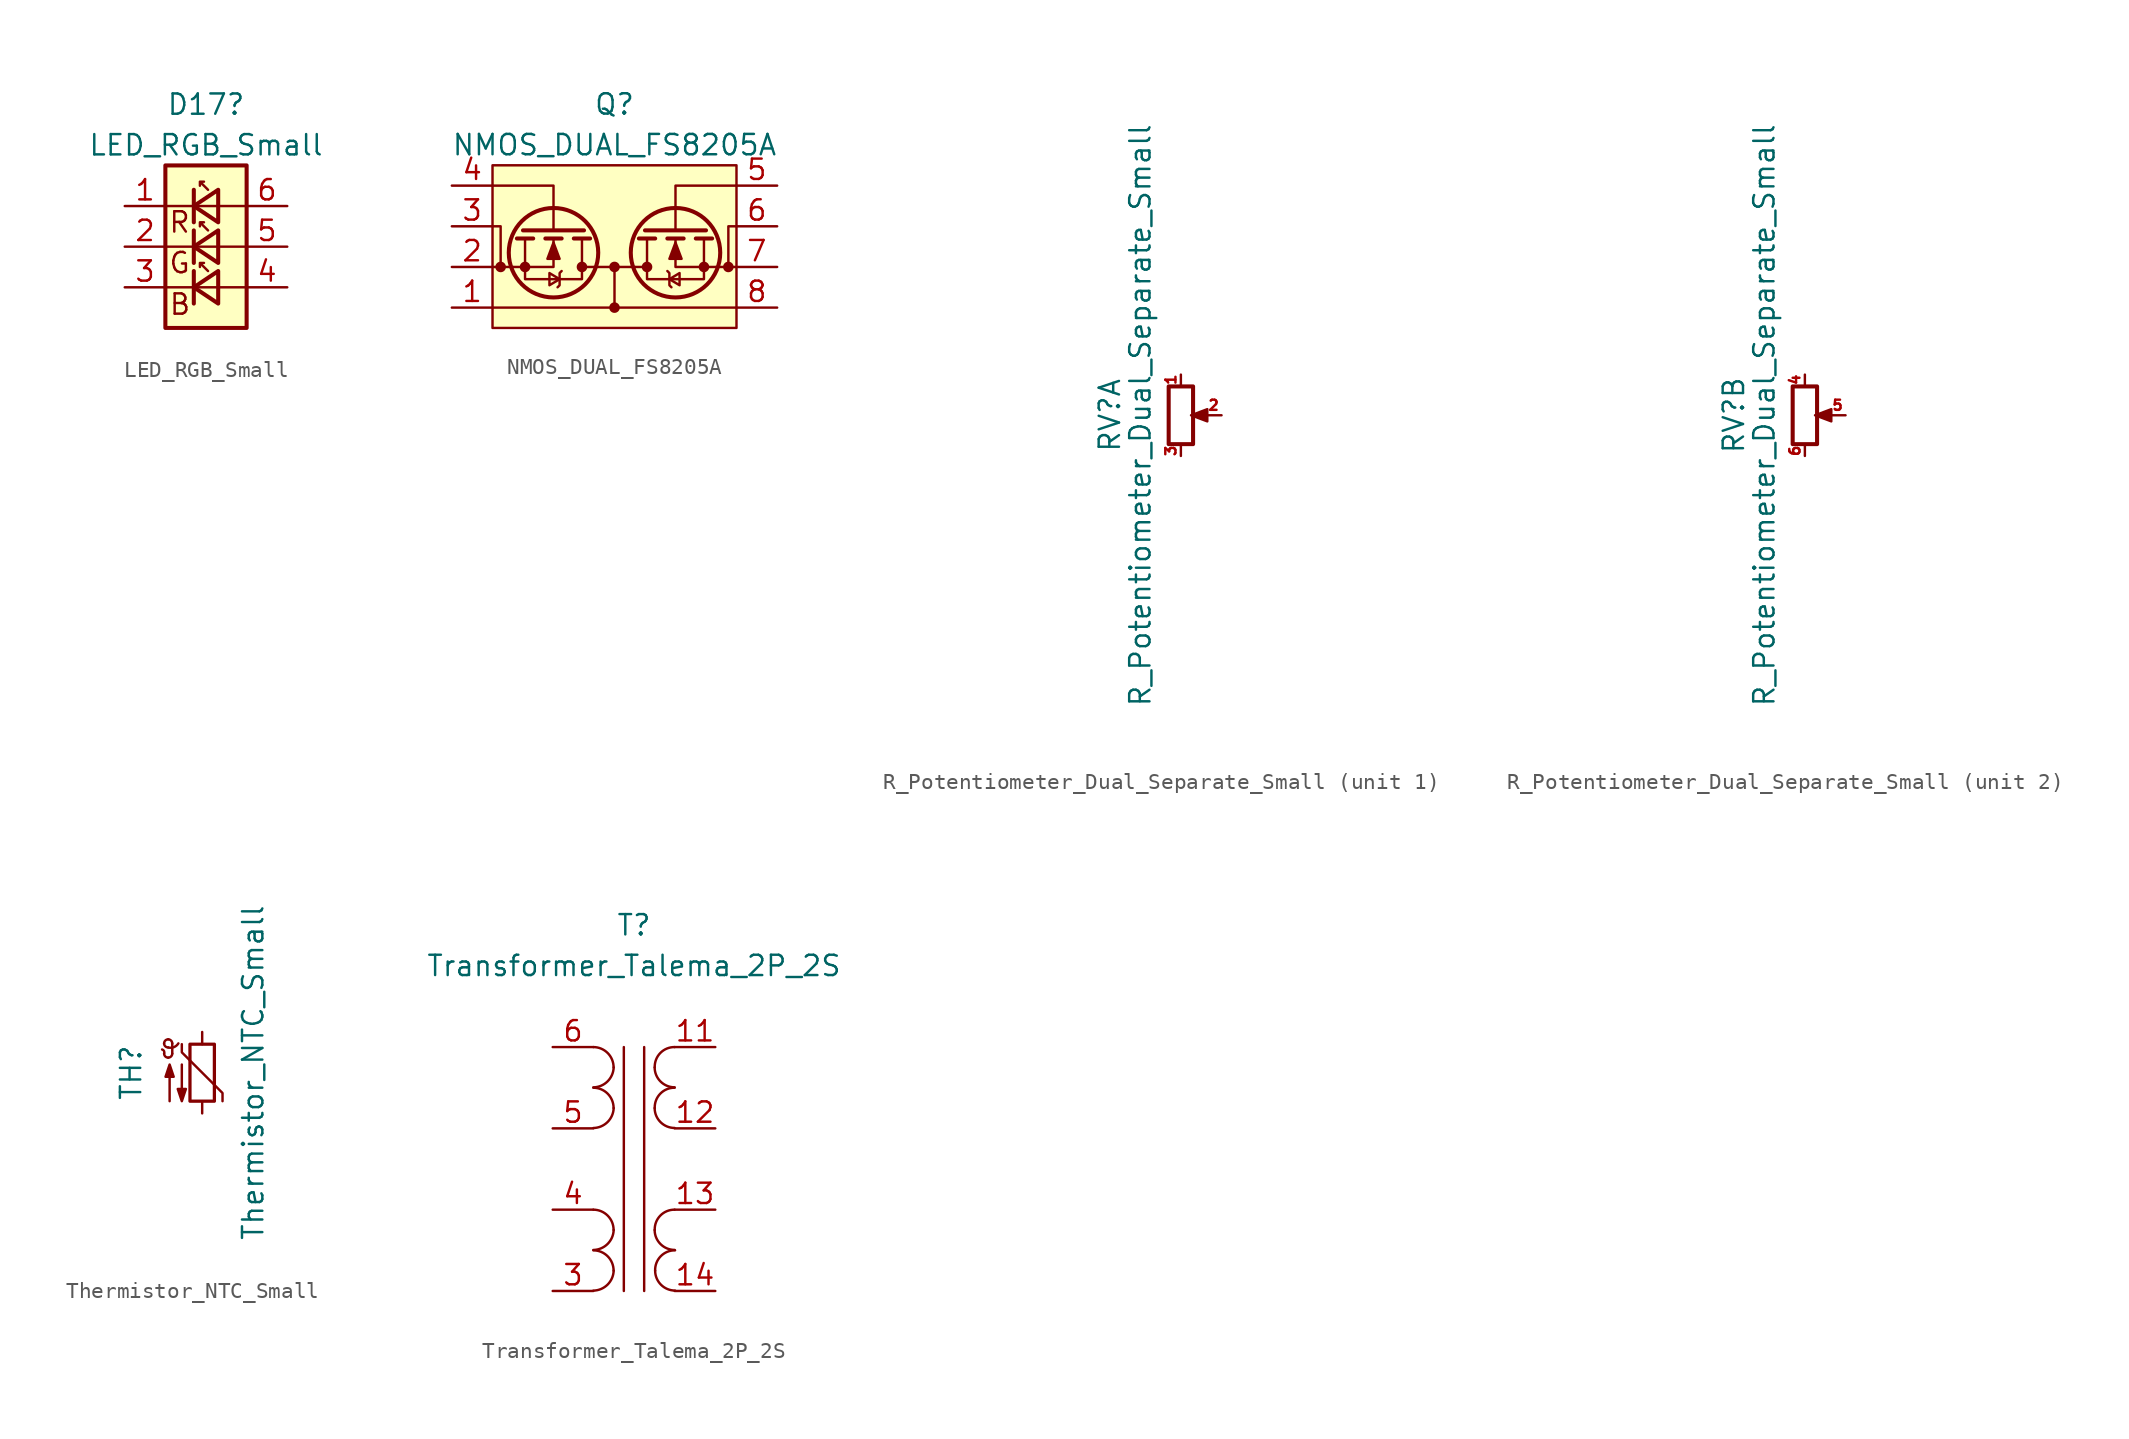
<source format=kicad_sym>
(kicad_symbol_lib
  (version 20220914)
  (generator kicad_symbol_editor)
  (symbol "LED_RGB_Small"
    (pin_names
      (offset 0) hide)
    (property "Reference" "D17"
      (at 0 8.89 0)
      (effects (font (size 1.27 1.27))))
    (property "Value" "LED_RGB_Small"
      (at 0 6.35 0)
      (effects (font (size 1.27 1.27))))
    (symbol "LED_RGB_Small_0_0"
      (text "B" (at -1.626 -3.607 0) (effects (font (size 1.27 1.27))))
      (text "G" (at -1.651 -1.016 0) (effects (font (size 1.27 1.27))))
      (text "R" (at -1.651 1.524 0) (effects (font (size 1.27 1.27)))))
    (symbol "LED_RGB_Small_0_1"
      (rectangle (start -2.54 5.08) (end 2.54 -5.08) (stroke (width 0.254) (type default)) (fill (type background)))
      (polyline (pts (xy -2.54 -2.54) (xy 2.54 -2.54)) (stroke (width 0) (type default)) (fill (type none)))
      (polyline (pts (xy -2.54 0) (xy 2.54 0)) (stroke (width 0) (type default)) (fill (type none)))
      (polyline (pts (xy -2.54 2.54) (xy 2.54 2.54)) (stroke (width 0) (type default)) (fill (type none)))
      (polyline (pts (xy -0.762 -3.556) (xy -0.762 -1.524)) (stroke (width 0.254) (type default)) (fill (type none)))
      (polyline (pts (xy -0.762 -1.016) (xy -0.762 1.016)) (stroke (width 0.254) (type default)) (fill (type none)))
      (polyline (pts (xy -0.762 1.524) (xy -0.762 3.556)) (stroke (width 0.254) (type default)) (fill (type none)))
      (polyline (pts (xy 0.762 -3.556) (xy -0.762 -2.54) (xy 0.762 -1.524) (xy 0.762 -3.556)) (stroke (width 0.254) (type default)) (fill (type none)))
      (polyline (pts (xy 0.762 -1.016) (xy -0.762 0) (xy 0.762 1.016) (xy 0.762 -1.016)) (stroke (width 0.254) (type default)) (fill (type none)))
      (polyline (pts (xy 0.762 1.524) (xy -0.762 2.54) (xy 0.762 3.556) (xy 0.762 1.524)) (stroke (width 0.254) (type default)) (fill (type none)))
      (polyline (pts (xy 0.127 -1.524) (xy -0.381 -1.016) (xy -0.127 -1.016) (xy -0.381 -1.016) (xy -0.381 -1.27)) (stroke (width 0) (type default)) (fill (type none)))
      (polyline (pts (xy 0.127 1.016) (xy -0.381 1.524) (xy -0.127 1.524) (xy -0.381 1.524) (xy -0.381 1.27)) (stroke (width 0) (type default)) (fill (type none)))
      (polyline (pts (xy 0.127 3.556) (xy -0.381 4.064) (xy -0.127 4.064) (xy -0.381 4.064) (xy -0.381 3.81)) (stroke (width 0) (type default)) (fill (type none))))
    (symbol "LED_RGB_Small_1_1"
      (pin passive line (at -5.08 2.54 0) (length 2.54) (name "RK" (effects (font (size 1.27 1.27)))) (number "1" (effects (font (size 1.27 1.27)))))
      (pin passive line (at -5.08 0 0) (length 2.54) (name "GK" (effects (font (size 1.27 1.27)))) (number "2" (effects (font (size 1.27 1.27)))))
      (pin passive line (at -5.08 -2.54 0) (length 2.54) (name "BK" (effects (font (size 1.27 1.27)))) (number "3" (effects (font (size 1.27 1.27)))))
      (pin passive line (at 5.08 -2.54 180) (length 2.54) (name "BA" (effects (font (size 1.27 1.27)))) (number "4" (effects (font (size 1.27 1.27)))))
      (pin passive line (at 5.08 0 180) (length 2.54) (name "GA" (effects (font (size 1.27 1.27)))) (number "5" (effects (font (size 1.27 1.27)))))
      (pin passive line (at 5.08 2.54 180) (length 2.54) (name "RA" (effects (font (size 1.27 1.27)))) (number "6" (effects (font (size 1.27 1.27)))))))
  (symbol "NMOS_DUAL_FS8205A"
    (pin_names
      (offset 0) hide)
    (property "Reference" "Q"
      (at 0 10.16 0)
      (effects (font (size 1.27 1.27))))
    (property "Value" "NMOS_DUAL_FS8205A"
      (at 0 7.62 0)
      (effects (font (size 1.27 1.27))))
    (symbol "NMOS_DUAL_FS8205A_0_1"
      (rectangle (start -7.62 6.35) (end 7.62 -3.81) (stroke (width 0) (type default)) (fill (type background)))
      (circle (center -5.588 0) (radius 0.254) (stroke (width 0) (type default)) (fill (type outline)))
      (circle (center -3.81 0.889) (radius 2.794) (stroke (width 0.254) (type default)) (fill (type none)))
      (circle (center -2.032 0) (radius 0.254) (stroke (width 0) (type default)) (fill (type outline)))
      (polyline (pts (xy -7.62 -2.54) (xy 7.62 -2.54)) (stroke (width 0) (type default)) (fill (type none)))
      (polyline (pts (xy -7.112 0) (xy -7.62 0)) (stroke (width 0) (type default)) (fill (type none)))
      (polyline (pts (xy -6.35 0) (xy -7.112 0)) (stroke (width 0) (type default)) (fill (type none)))
      (polyline (pts (xy -5.08 1.778) (xy -6.096 1.778)) (stroke (width 0.254) (type default)) (fill (type none)))
      (polyline (pts (xy -3.302 1.778) (xy -4.318 1.778)) (stroke (width 0.254) (type default)) (fill (type none)))
      (polyline (pts (xy -1.905 2.286) (xy -5.715 2.286)) (stroke (width 0.254) (type default)) (fill (type none)))
      (polyline (pts (xy -1.524 1.778) (xy -2.54 1.778)) (stroke (width 0.254) (type default)) (fill (type none)))
      (polyline (pts (xy -1.27 0) (xy -2.032 0)) (stroke (width 0) (type default)) (fill (type none)))
      (polyline (pts (xy -1.27 0) (xy 1.27 0)) (stroke (width 0) (type default)) (fill (type none)))
      (polyline (pts (xy 0 0) (xy 0 -2.54)) (stroke (width 0) (type default)) (fill (type none)))
      (polyline (pts (xy 7.112 0) (xy 6.35 0)) (stroke (width 0) (type default)) (fill (type none)))
      (polyline (pts (xy 7.112 0) (xy 7.62 0)) (stroke (width 0) (type default)) (fill (type none)))
      (polyline (pts (xy -7.112 0) (xy -7.112 2.54) (xy -7.62 2.54)) (stroke (width 0) (type default)) (fill (type none)))
      (polyline (pts (xy -6.35 0) (xy -3.81 0) (xy -3.81 1.778)) (stroke (width 0) (type default)) (fill (type none)))
      (polyline (pts (xy -3.81 2.286) (xy -3.81 5.08) (xy -7.62 5.08)) (stroke (width 0) (type default)) (fill (type none)))
      (polyline (pts (xy 3.81 2.286) (xy 3.81 5.08) (xy 7.62 5.08)) (stroke (width 0) (type default)) (fill (type none)))
      (polyline (pts (xy 7.112 0) (xy 7.112 2.54) (xy 7.62 2.54)) (stroke (width 0) (type default)) (fill (type none)))
      (polyline (pts (xy -5.588 1.778) (xy -5.588 -0.762) (xy -2.032 -0.762) (xy -2.032 1.778)) (stroke (width 0) (type default)) (fill (type none)))
      (polyline (pts (xy -3.81 1.524) (xy -3.429 0.508) (xy -4.191 0.508) (xy -3.81 1.524)) (stroke (width 0) (type default)) (fill (type outline)))
      (polyline (pts (xy -3.429 -0.762) (xy -4.064 -0.381) (xy -4.064 -1.143) (xy -3.429 -0.762)) (stroke (width 0) (type default)) (fill (type none)))
      (polyline (pts (xy -3.302 -0.254) (xy -3.429 -0.381) (xy -3.429 -1.143) (xy -3.556 -1.27)) (stroke (width 0) (type default)) (fill (type none)))
      (circle (center 0 0) (radius 0.254) (stroke (width 0) (type default)) (fill (type outline))))
    (symbol "NMOS_DUAL_FS8205A_1_1"
      (circle (center -7.112 0) (radius 0.254) (stroke (width 0) (type default)) (fill (type outline)))
      (circle (center 0 -2.54) (radius 0.254) (stroke (width 0) (type default)) (fill (type outline)))
      (polyline (pts (xy 1.27 0) (xy 2.032 0)) (stroke (width 0) (type default)) (fill (type none)))
      (polyline (pts (xy 1.524 1.778) (xy 2.54 1.778)) (stroke (width 0.254) (type default)) (fill (type none)))
      (polyline (pts (xy 1.905 2.286) (xy 5.715 2.286)) (stroke (width 0.254) (type default)) (fill (type none)))
      (polyline (pts (xy 3.302 1.778) (xy 4.318 1.778)) (stroke (width 0.254) (type default)) (fill (type none)))
      (polyline (pts (xy 5.08 1.778) (xy 6.096 1.778)) (stroke (width 0.254) (type default)) (fill (type none)))
      (polyline (pts (xy 6.35 0) (xy 3.81 0) (xy 3.81 1.778)) (stroke (width 0) (type default)) (fill (type none)))
      (polyline (pts (xy 3.302 -0.254) (xy 3.429 -0.381) (xy 3.429 -1.143) (xy 3.556 -1.27)) (stroke (width 0) (type default)) (fill (type none)))
      (polyline (pts (xy 3.429 -0.762) (xy 4.064 -0.381) (xy 4.064 -1.143) (xy 3.429 -0.762)) (stroke (width 0) (type default)) (fill (type none)))
      (polyline (pts (xy 3.81 1.524) (xy 3.429 0.508) (xy 4.191 0.508) (xy 3.81 1.524)) (stroke (width 0) (type default)) (fill (type outline)))
      (polyline (pts (xy 5.588 1.778) (xy 5.588 -0.762) (xy 2.032 -0.762) (xy 2.032 1.778)) (stroke (width 0) (type default)) (fill (type none)))
      (circle (center 2.032 0) (radius 0.254) (stroke (width 0) (type default)) (fill (type outline)))
      (circle (center 3.81 0.889) (radius 2.794) (stroke (width 0.254) (type default)) (fill (type none)))
      (circle (center 5.588 0) (radius 0.254) (stroke (width 0) (type default)) (fill (type outline)))
      (circle (center 7.112 0) (radius 0.254) (stroke (width 0) (type default)) (fill (type outline)))
      (pin passive line (at -10.16 -2.54 0) (length 2.54) (name "D12" (effects (font (size 1.27 1.27)))) (number "1" (effects (font (size 1.27 1.27)))))
      (pin passive line (at -10.16 0 0) (length 2.54) (name "S1" (effects (font (size 1.27 1.27)))) (number "2" (effects (font (size 1.27 1.27)))))
      (pin passive line (at -10.16 2.54 0) (length 2.54) (name "S1" (effects (font (size 1.27 1.27)))) (number "3" (effects (font (size 1.27 1.27)))))
      (pin passive line (at -10.16 5.08 0) (length 2.54) (name "G1" (effects (font (size 1.27 1.27)))) (number "4" (effects (font (size 1.27 1.27)))))
      (pin passive line (at 10.16 5.08 180) (length 2.54) (name "G2" (effects (font (size 1.27 1.27)))) (number "5" (effects (font (size 1.27 1.27)))))
      (pin passive line (at 10.16 2.54 180) (length 2.54) (name "S2" (effects (font (size 1.27 1.27)))) (number "6" (effects (font (size 1.27 1.27)))))
      (pin passive line (at 10.16 0 180) (length 2.54) (name "S2" (effects (font (size 1.27 1.27)))) (number "7" (effects (font (size 1.27 1.27)))))
      (pin passive line (at 10.16 -2.54 180) (length 2.54) (name "D12" (effects (font (size 1.27 1.27)))) (number "8" (effects (font (size 1.27 1.27)))))))
  (symbol "R_Potentiometer_Dual_Separate_Small"
    (pin_names
      (offset 1.016) hide)
    (property "Reference" "RV"
      (at -4.445 0 90)
      (effects (font (size 1.27 1.27))))
    (property "Value" "R_Potentiometer_Dual_Separate_Small"
      (at -2.54 0 90)
      (effects (font (size 1.27 1.27))))
    (symbol "R_Potentiometer_Dual_Separate_Small_0_1"
      (rectangle (start -0.762 1.803) (end 0.762 -1.803) (stroke (width 0.254) (type default)) (fill (type none)))
      (polyline (pts (xy 0.889 0) (xy 0.635 0) (xy 1.651 0.381) (xy 1.651 -0.381) (xy 0.635 0) (xy 0.889 0)) (stroke (width 0) (type default)) (fill (type outline))))
    (symbol "R_Potentiometer_Dual_Separate_Small_1_1"
      (pin passive line (at 0 2.54 270) (length 0.635) (name "1" (effects (font (size 0.635 0.635)))) (number "1" (effects (font (size 0.635 0.635)))))
      (pin passive line (at 2.54 0 180) (length 0.991) (name "2" (effects (font (size 0.635 0.635)))) (number "2" (effects (font (size 0.635 0.635)))))
      (pin passive line (at 0 -2.54 90) (length 0.635) (name "3" (effects (font (size 0.635 0.635)))) (number "3" (effects (font (size 0.635 0.635))))))
    (symbol "R_Potentiometer_Dual_Separate_Small_2_1"
      (pin passive line (at 0 2.54 270) (length 0.635) (name "4" (effects (font (size 0.635 0.635)))) (number "4" (effects (font (size 0.635 0.635)))))
      (pin passive line (at 2.54 0 180) (length 0.991) (name "5" (effects (font (size 0.635 0.635)))) (number "5" (effects (font (size 0.635 0.635)))))
      (pin passive line (at 0 -2.54 90) (length 0.635) (name "6" (effects (font (size 0.635 0.635)))) (number "6" (effects (font (size 0.635 0.635)))))))
  (symbol "Thermistor_NTC_Small"
    (pin_numbers hide)
    (pin_names
      (offset 0))
    (property "Reference" "TH"
      (at -4.445 0 90)
      (effects (font (size 1.27 1.27))))
    (property "Value" "Thermistor_NTC_Small"
      (at 3.175 0 90)
      (effects (font (size 1.27 1.27))))
    (symbol "Thermistor_NTC_Small_0_1"
      (arc (start -2.3746 1.1939) (mid -2.3771 1.3514) (end -2.5016 1.4479) (stroke (width 0) (type default)) (fill (type none)))
      (arc (start -2.3746 1.1939) (mid -2.3002 1.0143) (end -2.1206 0.9399) (stroke (width 0) (type default)) (fill (type none)))
      (arc (start -2.3746 1.8289) (mid -2.3002 1.6493) (end -2.1206 1.5749) (stroke (width 0) (type default)) (fill (type none)))
      (arc (start -2.1206 0.9399) (mid -1.941 1.0143) (end -1.8666 1.1939) (stroke (width 0) (type default)) (fill (type none)))
      (arc (start -2.1206 1.5749) (mid -1.7606 1.5957) (end -1.4856 1.8289) (stroke (width 0) (type default)) (fill (type none)))
      (arc (start -2.1206 2.0829) (mid -2.3002 2.0085) (end -2.3746 1.8289) (stroke (width 0) (type default)) (fill (type none)))
      (arc (start -1.8666 1.8289) (mid -1.941 2.0085) (end -2.1206 2.0829) (stroke (width 0) (type default)) (fill (type none)))
      (rectangle (start -0.762 1.778) (end 0.762 -1.778) (stroke (width 0.203) (type default)) (fill (type none)))
      (polyline (pts (xy -1.867 1.194) (xy -1.867 1.829)) (stroke (width 0) (type default)) (fill (type none)))
      (polyline (pts (xy -1.27 1.778) (xy -1.27 1.27) (xy 1.27 -1.27) (xy 1.27 -1.778)) (stroke (width 0) (type default)) (fill (type none)))
      (polyline (pts (xy -2.032 -1.778) (xy -2.032 0.508) (xy -2.286 -0.254) (xy -1.778 -0.254) (xy -2.032 0.508) (xy -2.032 0.254)) (stroke (width 0) (type default)) (fill (type outline)))
      (polyline (pts (xy -1.27 0.508) (xy -1.27 -1.778) (xy -1.524 -1.016) (xy -1.016 -1.016) (xy -1.27 -1.778) (xy -1.27 -1.524)) (stroke (width 0) (type default)) (fill (type outline))))
    (symbol "Thermistor_NTC_Small_1_1"
      (pin passive line (at 0 2.54 270) (length 0.762) (name "~" (effects (font (size 1.27 1.27)))) (number "1" (effects (font (size 1.27 1.27)))))
      (pin passive line (at 0 -2.54 90) (length 0.762) (name "~" (effects (font (size 1.27 1.27)))) (number "2" (effects (font (size 1.27 1.27)))))))
  (symbol "Transformer_Talema_2P_2S"
    (pin_names
      (offset 1.016) hide)
    (property "Reference" "T"
      (at 0 15.24 0)
      (effects (font (size 1.27 1.27))))
    (property "Value" "Transformer_Talema_2P_2S"
      (at 0 12.7 0)
      (effects (font (size 1.27 1.27))))
    (symbol "Transformer_Talema_2P_2S_0_1"
      (arc (start -2.54 -7.5946) (mid -1.6561 -7.2263) (end -1.27 -6.35) (stroke (width 0) (type default)) (fill (type none)))
      (arc (start -2.54 -5.0546) (mid -1.6561 -4.6863) (end -1.27 -3.81) (stroke (width 0) (type default)) (fill (type none)))
      (arc (start -2.54 2.5654) (mid -1.6561 2.9337) (end -1.27 3.81) (stroke (width 0) (type default)) (fill (type none)))
      (arc (start -2.54 5.1054) (mid -1.6561 5.4737) (end -1.27 6.35) (stroke (width 0) (type default)) (fill (type none)))
      (arc (start -1.27 -6.35) (mid -1.642 -5.452) (end -2.54 -5.08) (stroke (width 0) (type default)) (fill (type none)))
      (arc (start -1.27 -3.81) (mid -1.642 -2.912) (end -2.54 -2.54) (stroke (width 0) (type default)) (fill (type none)))
      (arc (start -1.27 3.81) (mid -1.642 4.708) (end -2.54 5.08) (stroke (width 0) (type default)) (fill (type none)))
      (arc (start -1.27 6.35) (mid -1.642 7.248) (end -2.54 7.62) (stroke (width 0) (type default)) (fill (type none)))
      (polyline (pts (xy -0.635 7.62) (xy -0.635 -7.62)) (stroke (width 0) (type default)) (fill (type none)))
      (polyline (pts (xy 0.635 -7.62) (xy 0.635 7.62)) (stroke (width 0) (type default)) (fill (type none)))
      (arc (start 1.2954 -3.81) (mid 1.6599 -4.6901) (end 2.54 -5.0546) (stroke (width 0) (type default)) (fill (type none)))
      (arc (start 1.2954 3.81) (mid 1.6599 2.9299) (end 2.54 2.5654) (stroke (width 0) (type default)) (fill (type none)))
      (arc (start 1.2954 6.35) (mid 1.6599 5.4699) (end 2.54 5.1054) (stroke (width 0) (type default)) (fill (type none)))
      (arc (start 1.3208 -6.35) (mid 1.6854 -7.2299) (end 2.5654 -7.5946) (stroke (width 0) (type default)) (fill (type none)))
      (arc (start 2.54 -2.54) (mid 1.6458 -2.9085) (end 1.2954 -3.81) (stroke (width 0) (type default)) (fill (type none)))
      (arc (start 2.54 5.08) (mid 1.6458 4.7115) (end 1.2954 3.81) (stroke (width 0) (type default)) (fill (type none)))
      (arc (start 2.54 7.62) (mid 1.6458 7.2515) (end 1.2954 6.35) (stroke (width 0) (type default)) (fill (type none)))
      (arc (start 2.5654 -5.08) (mid 1.6709 -5.4483) (end 1.3208 -6.35) (stroke (width 0) (type default)) (fill (type none))))
    (symbol "Transformer_Talema_2P_2S_1_1"
      (pin passive line (at 5.08 7.62 180) (length 2.54) (name "SA" (effects (font (size 1.27 1.27)))) (number "11" (effects (font (size 1.27 1.27)))))
      (pin passive line (at 5.08 2.54 180) (length 2.54) (name "SB" (effects (font (size 1.27 1.27)))) (number "12" (effects (font (size 1.27 1.27)))))
      (pin passive line (at 5.08 -2.54 180) (length 2.54) (name "SB" (effects (font (size 1.27 1.27)))) (number "13" (effects (font (size 1.27 1.27)))))
      (pin passive line (at 5.08 -7.62 180) (length 2.54) (name "S1" (effects (font (size 1.27 1.27)))) (number "14" (effects (font (size 1.27 1.27)))))
      (pin passive line (at -5.08 -7.62 0) (length 2.54) (name "PD" (effects (font (size 1.27 1.27)))) (number "3" (effects (font (size 1.27 1.27)))))
      (pin passive line (at -5.08 -2.54 0) (length 2.54) (name "PC" (effects (font (size 1.27 1.27)))) (number "4" (effects (font (size 1.27 1.27)))))
      (pin passive line (at -5.08 2.54 0) (length 2.54) (name "PB" (effects (font (size 1.27 1.27)))) (number "5" (effects (font (size 1.27 1.27)))))
      (pin passive line (at -5.08 7.62 0) (length 2.54) (name "PA" (effects (font (size 1.27 1.27)))) (number "6" (effects (font (size 1.27 1.27))))))))
</source>
